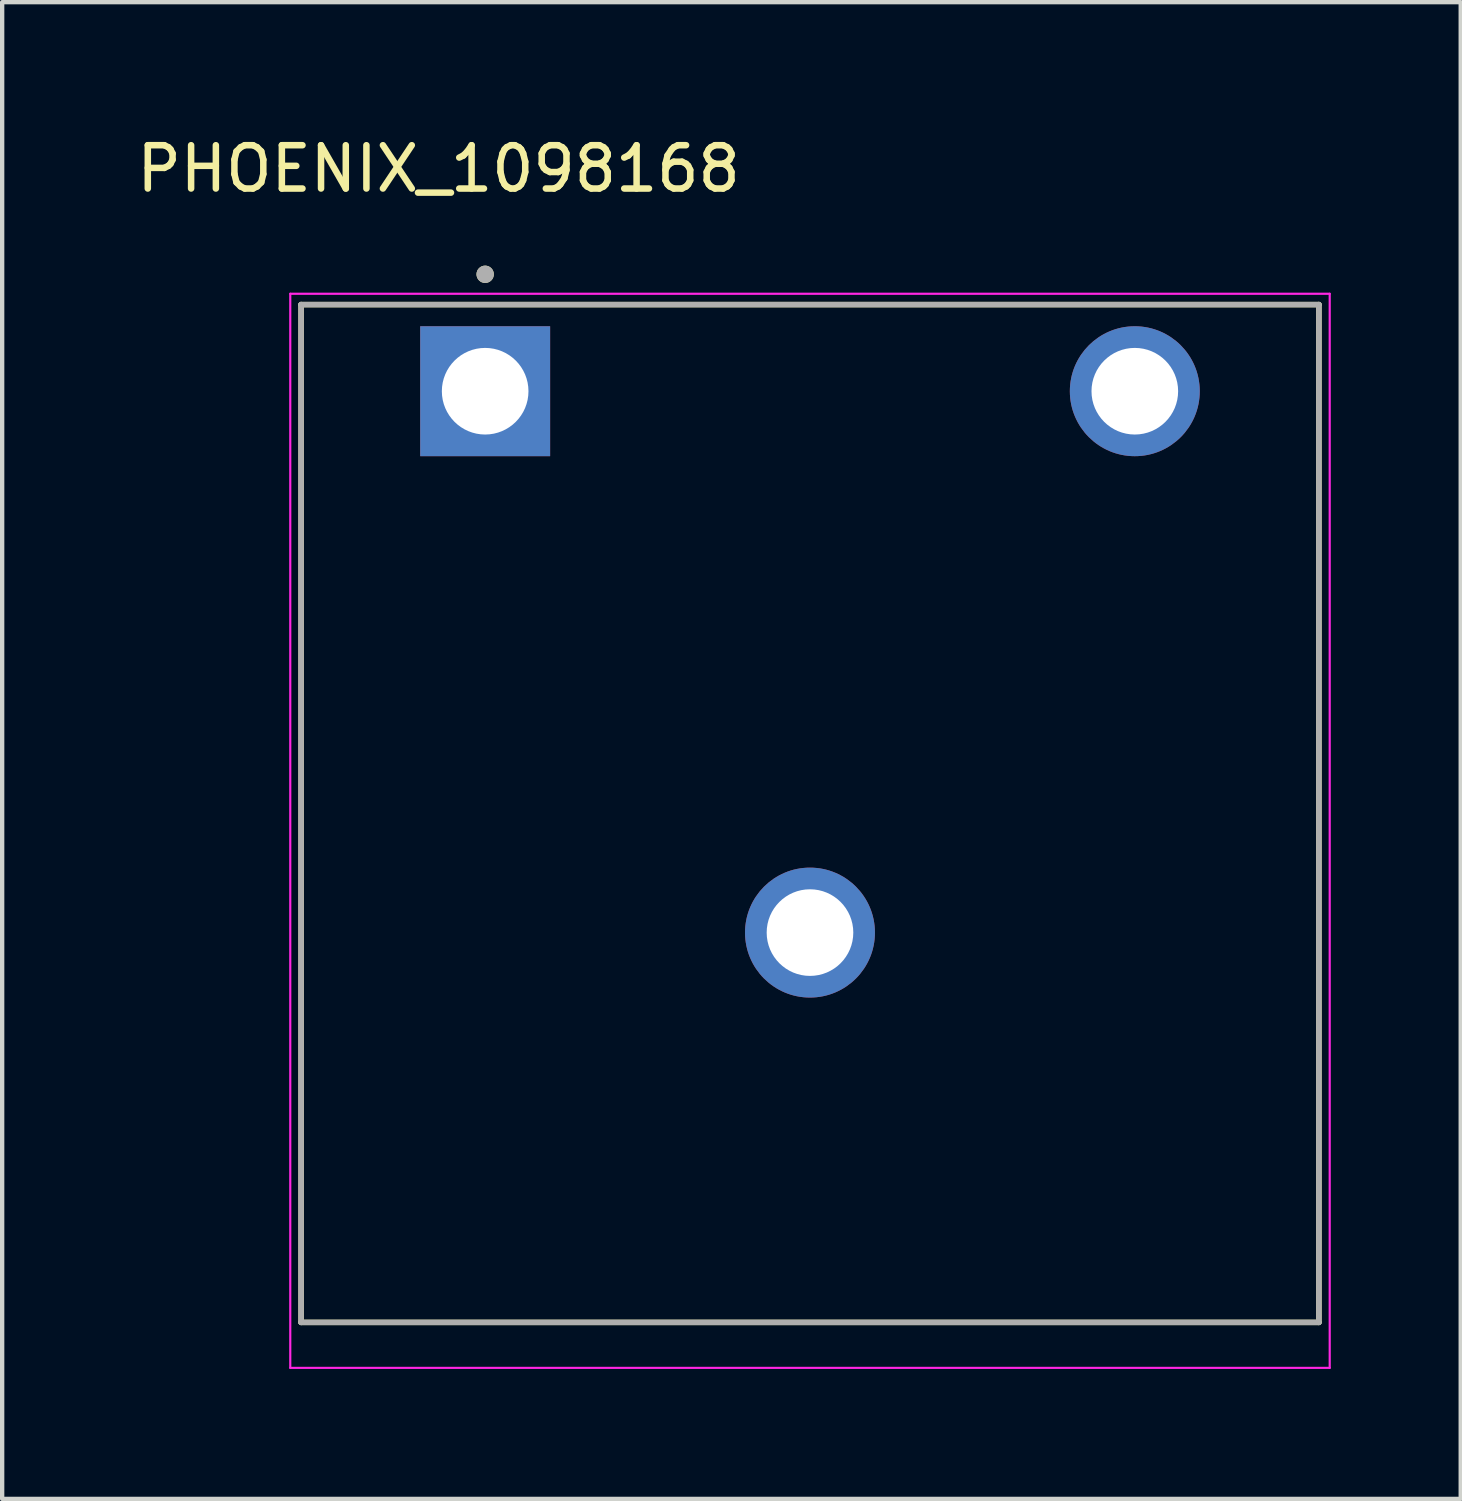
<source format=kicad_pcb>
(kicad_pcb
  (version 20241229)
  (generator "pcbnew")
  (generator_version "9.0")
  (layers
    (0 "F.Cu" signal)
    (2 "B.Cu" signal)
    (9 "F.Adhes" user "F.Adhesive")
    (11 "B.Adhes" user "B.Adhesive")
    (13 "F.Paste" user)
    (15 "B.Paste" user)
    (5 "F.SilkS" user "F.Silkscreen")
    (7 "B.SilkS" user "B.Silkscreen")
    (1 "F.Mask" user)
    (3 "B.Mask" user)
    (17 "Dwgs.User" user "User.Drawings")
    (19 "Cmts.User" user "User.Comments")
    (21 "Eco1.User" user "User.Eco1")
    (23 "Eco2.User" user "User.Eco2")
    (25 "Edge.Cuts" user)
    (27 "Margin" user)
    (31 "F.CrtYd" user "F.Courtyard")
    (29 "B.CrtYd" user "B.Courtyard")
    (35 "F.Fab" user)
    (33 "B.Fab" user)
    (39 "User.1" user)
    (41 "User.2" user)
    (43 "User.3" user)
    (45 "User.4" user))
  (footprint "PHOENIX_1098168"
    (layer "F.Cu")
    (at 3.902 27.483)
    (property "Reference" "PHOENIX_1098168" (at 3.175 -26.635 0) (layer "F.SilkS") (effects (font (size 1 1) (thickness 0.15))))
    (attr through_hole)
    (fp_line (start 0 -23.5) (end 0 0) (stroke (width 0.127) (type solid)) (layer "F.SilkS"))
    (fp_line (start 0 0) (end 23.5 0) (stroke (width 0.127) (type solid)) (layer "F.SilkS"))
    (fp_line (start 23.5 -23.5) (end 0 -23.5) (stroke (width 0.127) (type solid)) (layer "F.SilkS"))
    (fp_line (start 23.5 0) (end 23.5 -23.5) (stroke (width 0.127) (type solid)) (layer "F.SilkS"))
    (fp_circle (center 4.25 -24.2) (end 4.35 -24.2) (stroke (width 0.2) (type solid)) (fill no) (layer "F.SilkS"))
    (fp_line (start -0.25 -23.75) (end -0.25 1.05) (stroke (width 0.05) (type solid)) (layer "F.CrtYd"))
    (fp_line (start -0.25 1.05) (end 23.75 1.05) (stroke (width 0.05) (type solid)) (layer "F.CrtYd"))
    (fp_line (start 23.75 -23.75) (end -0.25 -23.75) (stroke (width 0.05) (type solid)) (layer "F.CrtYd"))
    (fp_line (start 23.75 1.05) (end 23.75 -23.75) (stroke (width 0.05) (type solid)) (layer "F.CrtYd"))
    (fp_line (start 0 -23.5) (end 0 0) (stroke (width 0.127) (type solid)) (layer "F.Fab"))
    (fp_line (start 0 0) (end 23.5 0) (stroke (width 0.127) (type solid)) (layer "F.Fab"))
    (fp_line (start 23.5 -23.5) (end 0 -23.5) (stroke (width 0.127) (type solid)) (layer "F.Fab"))
    (fp_line (start 23.5 0) (end 23.5 -23.5) (stroke (width 0.127) (type solid)) (layer "F.Fab"))
    (fp_circle (center 4.25 -24.2) (end 4.35 -24.2) (stroke (width 0.2) (type solid)) (fill no) (layer "F.Fab"))
    (pad "1" thru_hole rect (at 4.25 -21.5) (size 3 3) (drill 2) (layers "*.Cu" "*.Mask"))
    (pad "2" thru_hole circle (at 11.75 -9) (size 3 3) (drill 2) (layers "*.Cu" "*.Mask"))
    (pad "3" thru_hole circle (at 19.25 -21.5) (size 3 3) (drill 2) (layers "*.Cu" "*.Mask")))
  (gr_rect
    (start -3 -3)
    (end 30.677 31.558)
    (stroke (width 0.1) (type default))
    (fill no)
    (layer "Edge.Cuts")))
</source>
